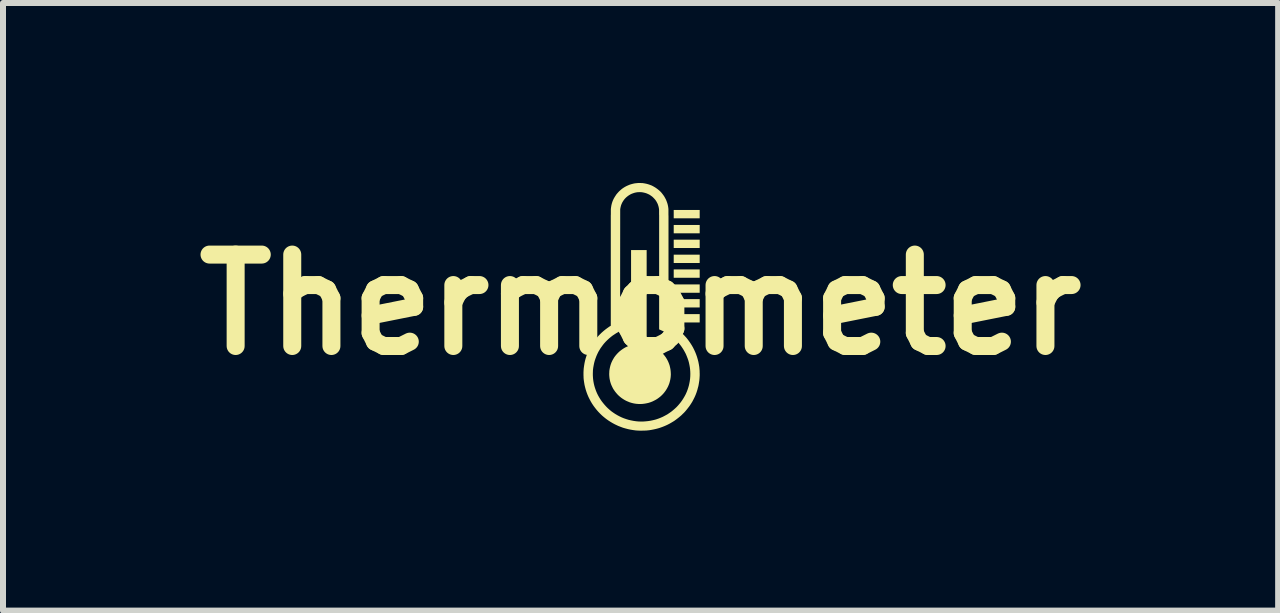
<source format=kicad_pcb>
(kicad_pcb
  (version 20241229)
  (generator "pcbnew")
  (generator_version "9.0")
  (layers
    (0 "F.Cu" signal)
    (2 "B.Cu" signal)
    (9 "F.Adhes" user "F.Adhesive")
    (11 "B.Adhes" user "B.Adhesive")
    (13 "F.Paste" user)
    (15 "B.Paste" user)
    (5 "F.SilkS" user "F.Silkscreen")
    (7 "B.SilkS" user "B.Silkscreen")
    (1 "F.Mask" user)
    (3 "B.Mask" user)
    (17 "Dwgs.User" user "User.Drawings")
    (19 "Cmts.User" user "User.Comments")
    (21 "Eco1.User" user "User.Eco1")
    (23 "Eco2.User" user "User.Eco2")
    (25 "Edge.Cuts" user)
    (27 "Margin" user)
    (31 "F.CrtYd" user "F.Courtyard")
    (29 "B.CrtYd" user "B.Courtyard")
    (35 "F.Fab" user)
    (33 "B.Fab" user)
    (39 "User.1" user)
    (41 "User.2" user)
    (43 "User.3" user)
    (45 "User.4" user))
  (footprint "Thermometer"
    (layer "F.Cu")
    (at 7.627 2.028)
    (property "Reference" "Thermometer" (at 0 0 0) (layer "F.SilkS") (effects (font (size 1.524 1.524) (thickness 0.3))))
    (attr board_only exclude_from_pos_files exclude_from_bom)
    (fp_poly (pts (xy 0.986 -1.439) (xy 0.553 -1.439) (xy 0.553 -1.578) (xy 0.986 -1.578)) (stroke (width 0) (type solid)) (fill yes) (layer "F.SilkS"))
    (fp_poly (pts (xy 0.986 -1.189) (xy 0.553 -1.189) (xy 0.553 -1.328) (xy 0.986 -1.328)) (stroke (width 0) (type solid)) (fill yes) (layer "F.SilkS"))
    (fp_poly (pts (xy 0.986 -0.944) (xy 0.553 -0.944) (xy 0.553 -1.083) (xy 0.986 -1.083)) (stroke (width 0) (type solid)) (fill yes) (layer "F.SilkS"))
    (fp_poly (pts (xy 0.986 -0.694) (xy 0.553 -0.694) (xy 0.553 -0.833) (xy 0.986 -0.833)) (stroke (width 0) (type solid)) (fill yes) (layer "F.SilkS"))
    (fp_poly (pts (xy 0.986 -0.448) (xy 0.553 -0.448) (xy 0.553 -0.587) (xy 0.986 -0.587)) (stroke (width 0) (type solid)) (fill yes) (layer "F.SilkS"))
    (fp_poly (pts (xy 0.986 -0.198) (xy 0.553 -0.198) (xy 0.553 -0.337) (xy 0.986 -0.337)) (stroke (width 0) (type solid)) (fill yes) (layer "F.SilkS"))
    (fp_poly (pts (xy 0.986 0.047) (xy 0.553 0.047) (xy 0.553 -0.092) (xy 0.986 -0.092)) (stroke (width 0) (type solid)) (fill yes) (layer "F.SilkS"))
    (fp_poly (pts (xy 0.986 0.297) (xy 0.553 0.297) (xy 0.553 0.158) (xy 0.986 0.158)) (stroke (width 0) (type solid)) (fill yes) (layer "F.SilkS"))
    (fp_poly (pts (xy 0.102 -0.029) (xy 0.102 0.015) (xy 0.102 0.057) (xy 0.102 0.097) (xy 0.102 0.135) (xy 0.102 0.171) (xy 0.102 0.206) (xy 0.102 0.239) (xy 0.102 0.271) (xy 0.102 0.301) (xy 0.102 0.329) (xy 0.102 0.356) (xy 0.102 0.381) (xy 0.102 0.405) (xy 0.102 0.428) (xy 0.102 0.449) (xy 0.102 0.469) (xy 0.102 0.488) (xy 0.102 0.505) (xy 0.102 0.522) (xy 0.102 0.537) (xy 0.102 0.551) (xy 0.102 0.564) (xy 0.102 0.576) (xy 0.102 0.587) (xy 0.102 0.597) (xy 0.102 0.606) (xy 0.102 0.614) (xy 0.103 0.622) (xy 0.103 0.629) (xy 0.103 0.635) (xy 0.103 0.64) (xy 0.103 0.645) (xy 0.103 0.649) (xy 0.103 0.652) (xy 0.103 0.655) (xy 0.103 0.658) (xy 0.103 0.66) (xy 0.103 0.661) (xy 0.103 0.663) (xy 0.103 0.663) (xy 0.103 0.664) (xy 0.104 0.665) (xy 0.104 0.665) (xy 0.104 0.665) (xy 0.104 0.665) (xy 0.105 0.665) (xy 0.108 0.666) (xy 0.113 0.667) (xy 0.118 0.668) (xy 0.119 0.668) (xy 0.15 0.677) (xy 0.181 0.688) (xy 0.21 0.701) (xy 0.239 0.715) (xy 0.266 0.731) (xy 0.293 0.748) (xy 0.318 0.767) (xy 0.342 0.788) (xy 0.365 0.81) (xy 0.387 0.834) (xy 0.402 0.853) (xy 0.42 0.877) (xy 0.436 0.903) (xy 0.451 0.93) (xy 0.464 0.958) (xy 0.475 0.986) (xy 0.485 1.015) (xy 0.492 1.045) (xy 0.498 1.075) (xy 0.502 1.106) (xy 0.504 1.136) (xy 0.505 1.167) (xy 0.503 1.198) (xy 0.501 1.217) (xy 0.496 1.248) (xy 0.489 1.278) (xy 0.481 1.308) (xy 0.47 1.337) (xy 0.458 1.365) (xy 0.444 1.392) (xy 0.428 1.419) (xy 0.411 1.444) (xy 0.392 1.469) (xy 0.371 1.493) (xy 0.349 1.515) (xy 0.327 1.535) (xy 0.315 1.544) (xy 0.302 1.554) (xy 0.288 1.564) (xy 0.274 1.574) (xy 0.26 1.582) (xy 0.252 1.587) (xy 0.223 1.602) (xy 0.194 1.616) (xy 0.165 1.627) (xy 0.134 1.637) (xy 0.103 1.644) (xy 0.071 1.65) (xy 0.039 1.654) (xy 0.031 1.655) (xy 0.027 1.655) (xy 0.022 1.655) (xy 0.015 1.656) (xy 0.007 1.656) (xy -0.001 1.656) (xy -0.009 1.656) (xy -0.017 1.656) (xy -0.025 1.656) (xy -0.032 1.656) (xy -0.037 1.656) (xy -0.041 1.655) (xy -0.043 1.655) (xy -0.045 1.655) (xy -0.049 1.655) (xy -0.054 1.654) (xy -0.059 1.654) (xy -0.071 1.653) (xy -0.085 1.651) (xy -0.099 1.649) (xy -0.113 1.646) (xy -0.12 1.645) (xy -0.151 1.637) (xy -0.181 1.628) (xy -0.21 1.616) (xy -0.238 1.604) (xy -0.266 1.589) (xy -0.292 1.573) (xy -0.317 1.556) (xy -0.341 1.537) (xy -0.364 1.517) (xy -0.386 1.495) (xy -0.406 1.472) (xy -0.425 1.448) (xy -0.443 1.423) (xy -0.459 1.397) (xy -0.473 1.369) (xy -0.486 1.341) (xy -0.497 1.312) (xy -0.498 1.308) (xy -0.506 1.282) (xy -0.512 1.255) (xy -0.517 1.228) (xy -0.52 1.2) (xy -0.522 1.172) (xy -0.522 1.144) (xy -0.521 1.134) (xy -0.521 1.125) (xy -0.521 1.117) (xy -0.52 1.11) (xy -0.52 1.103) (xy -0.519 1.096) (xy -0.518 1.089) (xy -0.517 1.082) (xy -0.511 1.051) (xy -0.504 1.021) (xy -0.495 0.992) (xy -0.484 0.963) (xy -0.471 0.935) (xy -0.456 0.908) (xy -0.44 0.881) (xy -0.422 0.856) (xy -0.402 0.832) (xy -0.38 0.808) (xy -0.376 0.804) (xy -0.353 0.782) (xy -0.328 0.762) (xy -0.302 0.743) (xy -0.276 0.726) (xy -0.248 0.71) (xy -0.219 0.697) (xy -0.189 0.684) (xy -0.173 0.679) (xy -0.159 0.674) (xy -0.158 -0.118) (xy -0.158 -0.91) (xy 0.102 -0.91)) (stroke (width 0) (type solid)) (fill yes) (layer "F.SilkS"))
    (fp_poly (pts (xy -0.004 -2.028) (xy 0.008 -2.027) (xy 0.019 -2.027) (xy 0.029 -2.026) (xy 0.035 -2.026) (xy 0.067 -2.021) (xy 0.097 -2.015) (xy 0.127 -2.007) (xy 0.156 -1.997) (xy 0.185 -1.986) (xy 0.201 -1.978) (xy 0.228 -1.963) (xy 0.254 -1.947) (xy 0.279 -1.929) (xy 0.303 -1.91) (xy 0.326 -1.89) (xy 0.347 -1.868) (xy 0.366 -1.844) (xy 0.384 -1.82) (xy 0.396 -1.802) (xy 0.411 -1.775) (xy 0.425 -1.748) (xy 0.436 -1.72) (xy 0.446 -1.692) (xy 0.454 -1.663) (xy 0.46 -1.633) (xy 0.464 -1.603) (xy 0.465 -1.587) (xy 0.465 -1.586) (xy 0.465 -1.582) (xy 0.465 -1.576) (xy 0.465 -1.568) (xy 0.465 -1.558) (xy 0.465 -1.546) (xy 0.465 -1.532) (xy 0.465 -1.517) (xy 0.465 -1.499) (xy 0.466 -1.479) (xy 0.466 -1.458) (xy 0.466 -1.435) (xy 0.466 -1.409) (xy 0.466 -1.382) (xy 0.466 -1.353) (xy 0.466 -1.322) (xy 0.466 -1.289) (xy 0.466 -1.255) (xy 0.466 -1.218) (xy 0.466 -1.18) (xy 0.466 -1.139) (xy 0.466 -1.097) (xy 0.466 -1.054) (xy 0.466 -1.008) (xy 0.466 -0.96) (xy 0.466 -0.911) (xy 0.466 -0.86) (xy 0.466 -0.807) (xy 0.466 -0.753) (xy 0.466 -0.696) (xy 0.466 -0.638) (xy 0.466 -0.628) (xy 0.466 0.316) (xy 0.484 0.325) (xy 0.515 0.343) (xy 0.547 0.362) (xy 0.578 0.383) (xy 0.608 0.404) (xy 0.63 0.422) (xy 0.654 0.442) (xy 0.678 0.463) (xy 0.701 0.485) (xy 0.724 0.508) (xy 0.745 0.531) (xy 0.766 0.554) (xy 0.777 0.568) (xy 0.804 0.603) (xy 0.829 0.639) (xy 0.852 0.675) (xy 0.874 0.713) (xy 0.893 0.751) (xy 0.911 0.79) (xy 0.927 0.83) (xy 0.941 0.87) (xy 0.953 0.911) (xy 0.964 0.953) (xy 0.972 0.995) (xy 0.979 1.038) (xy 0.981 1.058) (xy 0.982 1.073) (xy 0.984 1.091) (xy 0.985 1.109) (xy 0.985 1.127) (xy 0.986 1.146) (xy 0.986 1.164) (xy 0.986 1.181) (xy 0.985 1.196) (xy 0.985 1.197) (xy 0.983 1.231) (xy 0.98 1.263) (xy 0.975 1.295) (xy 0.97 1.326) (xy 0.964 1.358) (xy 0.958 1.379) (xy 0.947 1.421) (xy 0.934 1.462) (xy 0.919 1.502) (xy 0.902 1.541) (xy 0.883 1.579) (xy 0.863 1.617) (xy 0.84 1.654) (xy 0.816 1.69) (xy 0.79 1.724) (xy 0.763 1.758) (xy 0.739 1.786) (xy 0.733 1.792) (xy 0.726 1.8) (xy 0.718 1.808) (xy 0.709 1.816) (xy 0.7 1.825) (xy 0.691 1.834) (xy 0.683 1.842) (xy 0.675 1.849) (xy 0.668 1.855) (xy 0.666 1.857) (xy 0.631 1.886) (xy 0.596 1.913) (xy 0.56 1.939) (xy 0.522 1.962) (xy 0.484 1.984) (xy 0.445 2.004) (xy 0.405 2.022) (xy 0.365 2.038) (xy 0.323 2.053) (xy 0.29 2.063) (xy 0.255 2.072) (xy 0.219 2.08) (xy 0.183 2.087) (xy 0.147 2.093) (xy 0.109 2.097) (xy 0.09 2.099) (xy 0.084 2.099) (xy 0.076 2.099) (xy 0.066 2.1) (xy 0.056 2.1) (xy 0.044 2.1) (xy 0.033 2.1) (xy 0.021 2.101) (xy 0.009 2.101) (xy -0.002 2.101) (xy -0.012 2.101) (xy -0.021 2.1) (xy -0.029 2.1) (xy -0.033 2.1) (xy -0.078 2.097) (xy -0.122 2.091) (xy -0.165 2.084) (xy -0.208 2.075) (xy -0.25 2.064) (xy -0.292 2.052) (xy -0.332 2.037) (xy -0.373 2.021) (xy -0.413 2.002) (xy -0.426 1.996) (xy -0.465 1.975) (xy -0.502 1.953) (xy -0.539 1.929) (xy -0.574 1.904) (xy -0.608 1.877) (xy -0.641 1.849) (xy -0.672 1.819) (xy -0.702 1.788) (xy -0.731 1.755) (xy -0.758 1.721) (xy -0.784 1.686) (xy -0.808 1.65) (xy -0.829 1.615) (xy -0.849 1.577) (xy -0.868 1.539) (xy -0.885 1.499) (xy -0.9 1.459) (xy -0.913 1.419) (xy -0.924 1.378) (xy -0.934 1.336) (xy -0.941 1.293) (xy -0.947 1.25) (xy -0.949 1.229) (xy -0.949 1.222) (xy -0.95 1.213) (xy -0.95 1.203) (xy -0.95 1.192) (xy -0.951 1.18) (xy -0.951 1.168) (xy -0.951 1.16) (xy -0.795 1.16) (xy -0.795 1.171) (xy -0.795 1.182) (xy -0.794 1.191) (xy -0.794 1.199) (xy -0.794 1.199) (xy -0.791 1.239) (xy -0.786 1.277) (xy -0.779 1.315) (xy -0.77 1.353) (xy -0.759 1.39) (xy -0.746 1.427) (xy -0.742 1.438) (xy -0.727 1.474) (xy -0.71 1.509) (xy -0.691 1.543) (xy -0.671 1.576) (xy -0.649 1.608) (xy -0.625 1.639) (xy -0.6 1.669) (xy -0.574 1.698) (xy -0.546 1.726) (xy -0.517 1.752) (xy -0.487 1.777) (xy -0.455 1.8) (xy -0.422 1.822) (xy -0.388 1.842) (xy -0.385 1.844) (xy -0.349 1.863) (xy -0.313 1.88) (xy -0.276 1.895) (xy -0.238 1.908) (xy -0.199 1.92) (xy -0.16 1.929) (xy -0.12 1.937) (xy -0.08 1.943) (xy -0.04 1.947) (xy -0.015 1.948) (xy -0.006 1.948) (xy 0.003 1.949) (xy 0.011 1.949) (xy 0.018 1.949) (xy 0.025 1.949) (xy 0.033 1.948) (xy 0.042 1.948) (xy 0.048 1.948) (xy 0.088 1.945) (xy 0.127 1.941) (xy 0.166 1.935) (xy 0.204 1.927) (xy 0.241 1.918) (xy 0.262 1.912) (xy 0.3 1.899) (xy 0.338 1.884) (xy 0.374 1.868) (xy 0.41 1.849) (xy 0.445 1.83) (xy 0.478 1.808) (xy 0.511 1.785) (xy 0.542 1.76) (xy 0.572 1.734) (xy 0.601 1.707) (xy 0.628 1.678) (xy 0.654 1.647) (xy 0.671 1.626) (xy 0.694 1.594) (xy 0.715 1.561) (xy 0.735 1.527) (xy 0.753 1.493) (xy 0.769 1.457) (xy 0.783 1.421) (xy 0.795 1.385) (xy 0.806 1.347) (xy 0.814 1.31) (xy 0.821 1.272) (xy 0.826 1.234) (xy 0.829 1.195) (xy 0.83 1.156) (xy 0.829 1.117) (xy 0.826 1.078) (xy 0.822 1.045) (xy 0.815 1.006) (xy 0.807 0.968) (xy 0.797 0.931) (xy 0.784 0.894) (xy 0.77 0.858) (xy 0.755 0.822) (xy 0.737 0.788) (xy 0.718 0.754) (xy 0.697 0.721) (xy 0.675 0.689) (xy 0.651 0.658) (xy 0.626 0.629) (xy 0.599 0.6) (xy 0.57 0.573) (xy 0.54 0.547) (xy 0.509 0.523) (xy 0.495 0.513) (xy 0.475 0.499) (xy 0.454 0.485) (xy 0.433 0.472) (xy 0.411 0.46) (xy 0.388 0.448) (xy 0.363 0.436) (xy 0.338 0.425) (xy 0.31 0.412) (xy 0.31 -0.578) (xy 0.31 -0.638) (xy 0.31 -0.697) (xy 0.31 -0.754) (xy 0.31 -0.809) (xy 0.31 -0.862) (xy 0.31 -0.913) (xy 0.31 -0.962) (xy 0.31 -1.009) (xy 0.31 -1.054) (xy 0.31 -1.097) (xy 0.31 -1.138) (xy 0.31 -1.178) (xy 0.31 -1.215) (xy 0.31 -1.251) (xy 0.31 -1.284) (xy 0.31 -1.316) (xy 0.31 -1.346) (xy 0.31 -1.374) (xy 0.31 -1.401) (xy 0.31 -1.425) (xy 0.31 -1.448) (xy 0.31 -1.469) (xy 0.31 -1.488) (xy 0.309 -1.505) (xy 0.309 -1.52) (xy 0.309 -1.534) (xy 0.309 -1.546) (xy 0.309 -1.556) (xy 0.309 -1.564) (xy 0.309 -1.571) (xy 0.309 -1.576) (xy 0.309 -1.579) (xy 0.309 -1.581) (xy 0.306 -1.606) (xy 0.301 -1.631) (xy 0.294 -1.655) (xy 0.286 -1.678) (xy 0.275 -1.7) (xy 0.263 -1.722) (xy 0.249 -1.743) (xy 0.241 -1.753) (xy 0.236 -1.759) (xy 0.23 -1.765) (xy 0.224 -1.772) (xy 0.216 -1.78) (xy 0.209 -1.787) (xy 0.202 -1.794) (xy 0.195 -1.8) (xy 0.19 -1.804) (xy 0.169 -1.819) (xy 0.148 -1.833) (xy 0.125 -1.844) (xy 0.102 -1.854) (xy 0.078 -1.862) (xy 0.053 -1.868) (xy 0.027 -1.873) (xy 0.021 -1.874) (xy 0.013 -1.874) (xy 0.002 -1.875) (xy -0.009 -1.875) (xy -0.02 -1.875) (xy -0.031 -1.875) (xy -0.042 -1.874) (xy -0.051 -1.874) (xy -0.051 -1.874) (xy -0.077 -1.87) (xy -0.102 -1.864) (xy -0.126 -1.856) (xy -0.15 -1.847) (xy -0.172 -1.836) (xy -0.18 -1.831) (xy -0.201 -1.818) (xy -0.221 -1.803) (xy -0.24 -1.787) (xy -0.258 -1.769) (xy -0.274 -1.75) (xy -0.288 -1.73) (xy -0.301 -1.709) (xy -0.302 -1.708) (xy -0.311 -1.689) (xy -0.319 -1.671) (xy -0.326 -1.651) (xy -0.331 -1.631) (xy -0.336 -1.609) (xy -0.337 -1.602) (xy -0.339 -1.589) (xy -0.34 -0.574) (xy -0.341 0.44) (xy -0.367 0.455) (xy -0.387 0.466) (xy -0.405 0.476) (xy -0.422 0.487) (xy -0.437 0.497) (xy -0.452 0.507) (xy -0.467 0.517) (xy -0.481 0.528) (xy -0.495 0.539) (xy -0.526 0.565) (xy -0.555 0.592) (xy -0.583 0.62) (xy -0.61 0.65) (xy -0.634 0.681) (xy -0.657 0.713) (xy -0.662 0.719) (xy -0.683 0.753) (xy -0.703 0.787) (xy -0.72 0.822) (xy -0.736 0.858) (xy -0.75 0.895) (xy -0.763 0.933) (xy -0.773 0.971) (xy -0.781 1.01) (xy -0.788 1.049) (xy -0.793 1.088) (xy -0.793 1.095) (xy -0.794 1.104) (xy -0.794 1.114) (xy -0.794 1.125) (xy -0.795 1.136) (xy -0.795 1.148) (xy -0.795 1.16) (xy -0.951 1.16) (xy -0.951 1.155) (xy -0.951 1.143) (xy -0.951 1.132) (xy -0.951 1.122) (xy -0.95 1.113) (xy -0.95 1.105) (xy -0.947 1.062) (xy -0.941 1.019) (xy -0.934 0.976) (xy -0.925 0.934) (xy -0.914 0.893) (xy -0.901 0.852) (xy -0.886 0.812) (xy -0.869 0.773) (xy -0.85 0.734) (xy -0.83 0.696) (xy -0.808 0.659) (xy -0.785 0.624) (xy -0.76 0.591) (xy -0.734 0.558) (xy -0.707 0.526) (xy -0.677 0.495) (xy -0.647 0.466) (xy -0.615 0.438) (xy -0.583 0.412) (xy -0.549 0.387) (xy -0.515 0.363) (xy -0.504 0.357) (xy -0.496 0.352) (xy -0.496 -0.615) (xy -0.496 -0.676) (xy -0.496 -0.736) (xy -0.496 -0.793) (xy -0.496 -0.849) (xy -0.496 -0.902) (xy -0.496 -0.954) (xy -0.496 -1.003) (xy -0.496 -1.051) (xy -0.496 -1.097) (xy -0.496 -1.14) (xy -0.496 -1.182) (xy -0.496 -1.221) (xy -0.496 -1.259) (xy -0.496 -1.294) (xy -0.496 -1.328) (xy -0.496 -1.359) (xy -0.496 -1.389) (xy -0.496 -1.416) (xy -0.496 -1.442) (xy -0.496 -1.466) (xy -0.496 -1.487) (xy -0.495 -1.507) (xy -0.495 -1.524) (xy -0.495 -1.54) (xy -0.495 -1.554) (xy -0.495 -1.565) (xy -0.495 -1.575) (xy -0.495 -1.583) (xy -0.495 -1.588) (xy -0.495 -1.592) (xy -0.495 -1.593) (xy -0.491 -1.624) (xy -0.486 -1.655) (xy -0.479 -1.684) (xy -0.47 -1.713) (xy -0.459 -1.741) (xy -0.446 -1.768) (xy -0.431 -1.794) (xy -0.414 -1.82) (xy -0.406 -1.833) (xy -0.397 -1.844) (xy -0.388 -1.855) (xy -0.378 -1.866) (xy -0.368 -1.877) (xy -0.359 -1.887) (xy -0.34 -1.904) (xy -0.322 -1.92) (xy -0.303 -1.935) (xy -0.284 -1.948) (xy -0.263 -1.961) (xy -0.241 -1.973) (xy -0.231 -1.978) (xy -0.204 -1.99) (xy -0.177 -2.001) (xy -0.15 -2.009) (xy -0.123 -2.016) (xy -0.095 -2.022) (xy -0.065 -2.025) (xy -0.046 -2.027) (xy -0.037 -2.028) (xy -0.027 -2.028) (xy -0.015 -2.028)) (stroke (width 0) (type solid)) (fill yes) (layer "F.SilkS")))
  (gr_rect
    (start -3 -3)
    (end 18.255 7.128)
    (stroke (width 0.1) (type default))
    (fill no)
    (layer "Edge.Cuts")))
</source>
